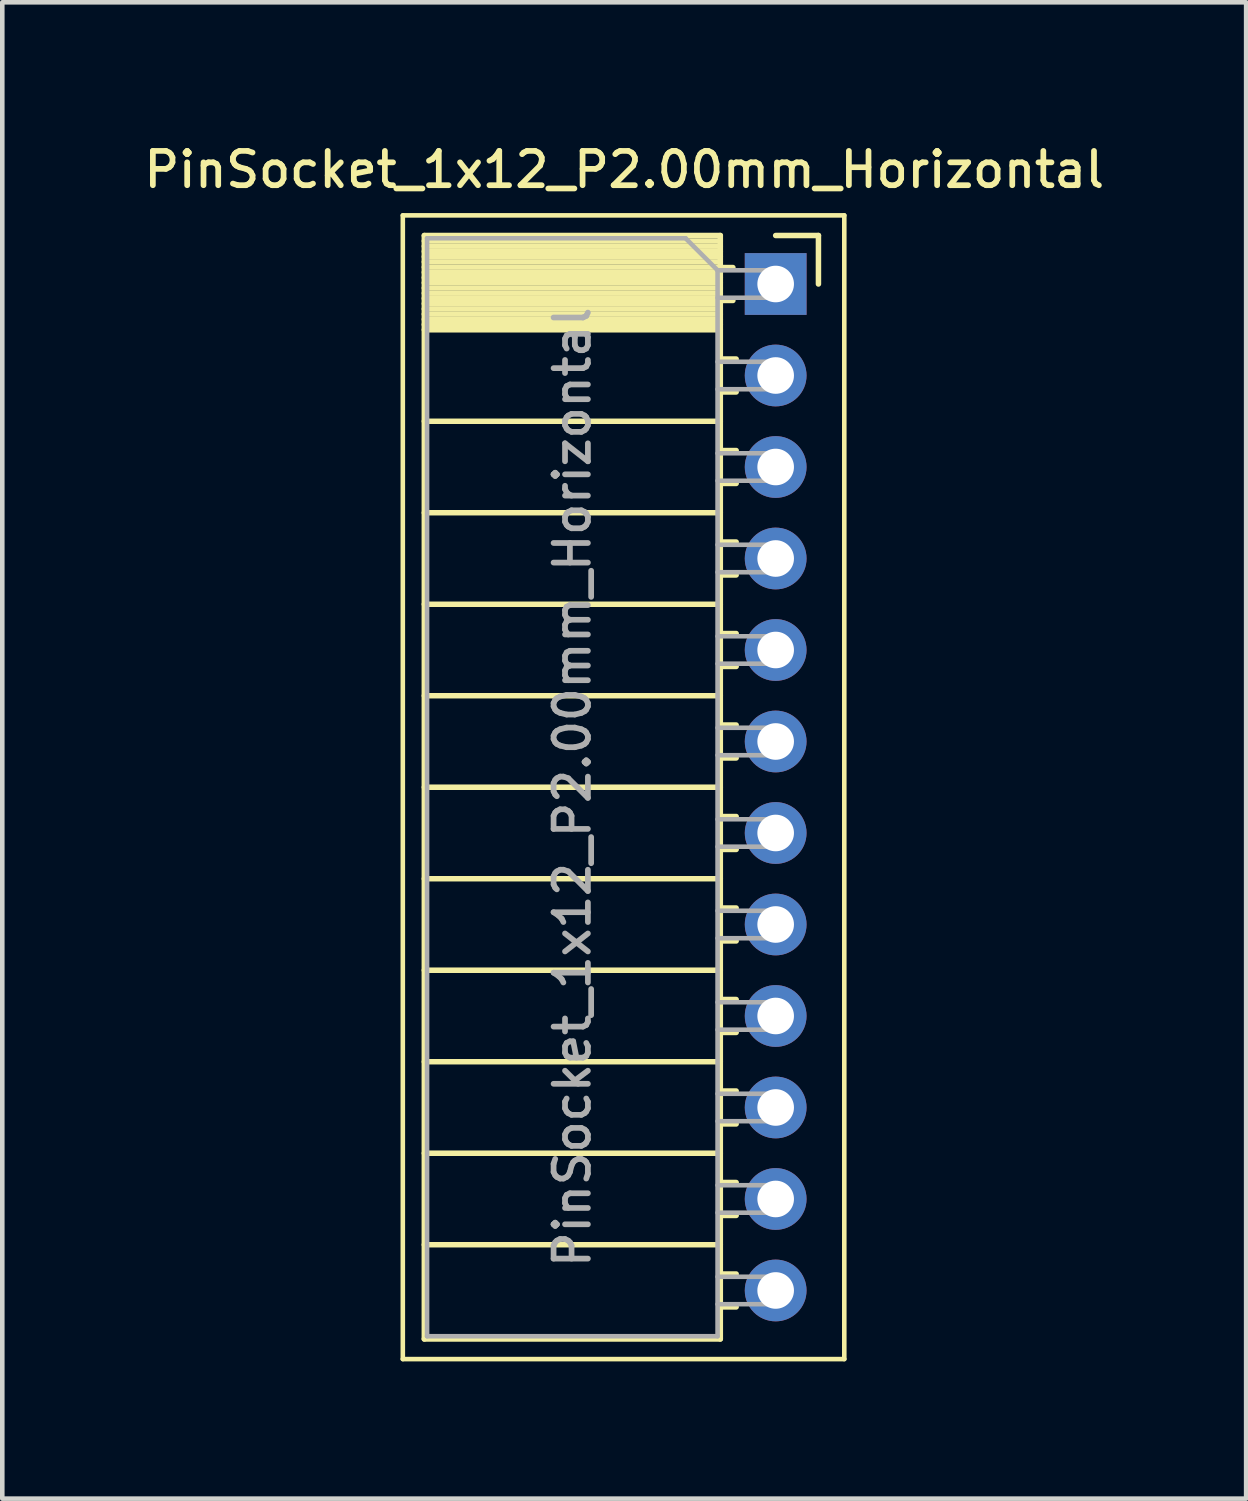
<source format=kicad_pcb>
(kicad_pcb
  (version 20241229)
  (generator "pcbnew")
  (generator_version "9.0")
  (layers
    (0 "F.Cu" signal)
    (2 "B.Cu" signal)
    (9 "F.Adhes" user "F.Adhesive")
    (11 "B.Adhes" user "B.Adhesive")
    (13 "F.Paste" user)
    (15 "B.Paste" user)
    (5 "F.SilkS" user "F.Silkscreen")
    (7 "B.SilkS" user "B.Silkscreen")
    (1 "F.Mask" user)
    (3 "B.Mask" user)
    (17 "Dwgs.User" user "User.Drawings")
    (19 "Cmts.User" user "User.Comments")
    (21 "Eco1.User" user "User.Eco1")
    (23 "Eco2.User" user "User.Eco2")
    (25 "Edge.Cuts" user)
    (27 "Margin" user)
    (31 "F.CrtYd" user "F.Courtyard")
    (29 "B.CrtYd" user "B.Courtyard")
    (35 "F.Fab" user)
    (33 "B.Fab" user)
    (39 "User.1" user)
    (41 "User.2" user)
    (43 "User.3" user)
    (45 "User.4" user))
  (footprint "PinSocket_1x12_P2.00mm_Horizontal"
    (layer "F.Cu")
    (at 13.905 3.158)
    (property "Reference" "PinSocket_1x12_P2.00mm_Horizontal" (at -3.31 -2.5 0) (layer "F.SilkS") (effects (font (size 0.75 0.75) (thickness 0.125))))
    (attr through_hole)
    (fp_line (start -8.15 -1.5) (end -8.15 23.5) (stroke (width 0.1) (type solid)) (layer "F.SilkS"))
    (fp_line (start -8.15 23.5) (end 1.5 23.5) (stroke (width 0.1) (type solid)) (layer "F.SilkS"))
    (fp_line (start -7.68 -1.06) (end -7.68 23.06) (stroke (width 0.12) (type solid)) (layer "F.SilkS"))
    (fp_line (start -7.68 -1.06) (end -1.21 -1.06) (stroke (width 0.12) (type solid)) (layer "F.SilkS"))
    (fp_line (start -7.68 -0.94) (end -1.21 -0.94) (stroke (width 0.12) (type solid)) (layer "F.SilkS"))
    (fp_line (start -7.68 -0.826) (end -1.21 -0.826) (stroke (width 0.12) (type solid)) (layer "F.SilkS"))
    (fp_line (start -7.68 -0.712) (end -1.21 -0.712) (stroke (width 0.12) (type solid)) (layer "F.SilkS"))
    (fp_line (start -7.68 -0.598) (end -1.21 -0.598) (stroke (width 0.12) (type solid)) (layer "F.SilkS"))
    (fp_line (start -7.68 -0.484) (end -1.21 -0.484) (stroke (width 0.12) (type solid)) (layer "F.SilkS"))
    (fp_line (start -7.68 -0.369) (end -1.21 -0.369) (stroke (width 0.12) (type solid)) (layer "F.SilkS"))
    (fp_line (start -7.68 -0.255) (end -1.21 -0.255) (stroke (width 0.12) (type solid)) (layer "F.SilkS"))
    (fp_line (start -7.68 -0.141) (end -1.21 -0.141) (stroke (width 0.12) (type solid)) (layer "F.SilkS"))
    (fp_line (start -7.68 -0.027) (end -1.21 -0.027) (stroke (width 0.12) (type solid)) (layer "F.SilkS"))
    (fp_line (start -7.68 0.087) (end -1.21 0.087) (stroke (width 0.12) (type solid)) (layer "F.SilkS"))
    (fp_line (start -7.68 0.201) (end -1.21 0.201) (stroke (width 0.12) (type solid)) (layer "F.SilkS"))
    (fp_line (start -7.68 0.315) (end -1.21 0.315) (stroke (width 0.12) (type solid)) (layer "F.SilkS"))
    (fp_line (start -7.68 0.429) (end -1.21 0.429) (stroke (width 0.12) (type solid)) (layer "F.SilkS"))
    (fp_line (start -7.68 0.544) (end -1.21 0.544) (stroke (width 0.12) (type solid)) (layer "F.SilkS"))
    (fp_line (start -7.68 0.658) (end -1.21 0.658) (stroke (width 0.12) (type solid)) (layer "F.SilkS"))
    (fp_line (start -7.68 0.772) (end -1.21 0.772) (stroke (width 0.12) (type solid)) (layer "F.SilkS"))
    (fp_line (start -7.68 0.886) (end -1.21 0.886) (stroke (width 0.12) (type solid)) (layer "F.SilkS"))
    (fp_line (start -7.68 1) (end -1.21 1) (stroke (width 0.12) (type solid)) (layer "F.SilkS"))
    (fp_line (start -7.68 3) (end -1.21 3) (stroke (width 0.12) (type solid)) (layer "F.SilkS"))
    (fp_line (start -7.68 5) (end -1.21 5) (stroke (width 0.12) (type solid)) (layer "F.SilkS"))
    (fp_line (start -7.68 7) (end -1.21 7) (stroke (width 0.12) (type solid)) (layer "F.SilkS"))
    (fp_line (start -7.68 9) (end -1.21 9) (stroke (width 0.12) (type solid)) (layer "F.SilkS"))
    (fp_line (start -7.68 11) (end -1.21 11) (stroke (width 0.12) (type solid)) (layer "F.SilkS"))
    (fp_line (start -7.68 13) (end -1.21 13) (stroke (width 0.12) (type solid)) (layer "F.SilkS"))
    (fp_line (start -7.68 15) (end -1.21 15) (stroke (width 0.12) (type solid)) (layer "F.SilkS"))
    (fp_line (start -7.68 17) (end -1.21 17) (stroke (width 0.12) (type solid)) (layer "F.SilkS"))
    (fp_line (start -7.68 19) (end -1.21 19) (stroke (width 0.12) (type solid)) (layer "F.SilkS"))
    (fp_line (start -7.68 21) (end -1.21 21) (stroke (width 0.12) (type solid)) (layer "F.SilkS"))
    (fp_line (start -7.68 23.06) (end -1.21 23.06) (stroke (width 0.12) (type solid)) (layer "F.SilkS"))
    (fp_line (start -1.21 -1.06) (end -1.21 23.06) (stroke (width 0.12) (type solid)) (layer "F.SilkS"))
    (fp_line (start -1.21 -0.36) (end -0.935 -0.36) (stroke (width 0.12) (type solid)) (layer "F.SilkS"))
    (fp_line (start -1.21 0.36) (end -0.935 0.36) (stroke (width 0.12) (type solid)) (layer "F.SilkS"))
    (fp_line (start -1.21 1.64) (end -0.863 1.64) (stroke (width 0.12) (type solid)) (layer "F.SilkS"))
    (fp_line (start -1.21 2.36) (end -0.863 2.36) (stroke (width 0.12) (type solid)) (layer "F.SilkS"))
    (fp_line (start -1.21 3.64) (end -0.863 3.64) (stroke (width 0.12) (type solid)) (layer "F.SilkS"))
    (fp_line (start -1.21 4.36) (end -0.863 4.36) (stroke (width 0.12) (type solid)) (layer "F.SilkS"))
    (fp_line (start -1.21 5.64) (end -0.863 5.64) (stroke (width 0.12) (type solid)) (layer "F.SilkS"))
    (fp_line (start -1.21 6.36) (end -0.863 6.36) (stroke (width 0.12) (type solid)) (layer "F.SilkS"))
    (fp_line (start -1.21 7.64) (end -0.863 7.64) (stroke (width 0.12) (type solid)) (layer "F.SilkS"))
    (fp_line (start -1.21 8.36) (end -0.863 8.36) (stroke (width 0.12) (type solid)) (layer "F.SilkS"))
    (fp_line (start -1.21 9.64) (end -0.863 9.64) (stroke (width 0.12) (type solid)) (layer "F.SilkS"))
    (fp_line (start -1.21 10.36) (end -0.863 10.36) (stroke (width 0.12) (type solid)) (layer "F.SilkS"))
    (fp_line (start -1.21 11.64) (end -0.863 11.64) (stroke (width 0.12) (type solid)) (layer "F.SilkS"))
    (fp_line (start -1.21 12.36) (end -0.863 12.36) (stroke (width 0.12) (type solid)) (layer "F.SilkS"))
    (fp_line (start -1.21 13.64) (end -0.863 13.64) (stroke (width 0.12) (type solid)) (layer "F.SilkS"))
    (fp_line (start -1.21 14.36) (end -0.863 14.36) (stroke (width 0.12) (type solid)) (layer "F.SilkS"))
    (fp_line (start -1.21 15.64) (end -0.863 15.64) (stroke (width 0.12) (type solid)) (layer "F.SilkS"))
    (fp_line (start -1.21 16.36) (end -0.863 16.36) (stroke (width 0.12) (type solid)) (layer "F.SilkS"))
    (fp_line (start -1.21 17.64) (end -0.863 17.64) (stroke (width 0.12) (type solid)) (layer "F.SilkS"))
    (fp_line (start -1.21 18.36) (end -0.863 18.36) (stroke (width 0.12) (type solid)) (layer "F.SilkS"))
    (fp_line (start -1.21 19.64) (end -0.863 19.64) (stroke (width 0.12) (type solid)) (layer "F.SilkS"))
    (fp_line (start -1.21 20.36) (end -0.863 20.36) (stroke (width 0.12) (type solid)) (layer "F.SilkS"))
    (fp_line (start -1.21 21.64) (end -0.863 21.64) (stroke (width 0.12) (type solid)) (layer "F.SilkS"))
    (fp_line (start -1.21 22.36) (end -0.863 22.36) (stroke (width 0.12) (type solid)) (layer "F.SilkS"))
    (fp_line (start 0 -1.06) (end 0.935 -1.06) (stroke (width 0.12) (type solid)) (layer "F.SilkS"))
    (fp_line (start 0.935 -1.06) (end 0.935 0) (stroke (width 0.12) (type solid)) (layer "F.SilkS"))
    (fp_line (start 1.5 -1.5) (end -8.15 -1.5) (stroke (width 0.1) (type solid)) (layer "F.SilkS"))
    (fp_line (start 1.5 23.5) (end 1.5 -1.5) (stroke (width 0.1) (type solid)) (layer "F.SilkS"))
    (fp_line (start -7.62 -1) (end -1.97 -1) (stroke (width 0.1) (type solid)) (layer "F.Fab"))
    (fp_line (start -7.62 23) (end -7.62 -1) (stroke (width 0.1) (type solid)) (layer "F.Fab"))
    (fp_line (start -1.97 -1) (end -1.27 -0.3) (stroke (width 0.1) (type solid)) (layer "F.Fab"))
    (fp_line (start -1.27 -0.3) (end -1.27 23) (stroke (width 0.1) (type solid)) (layer "F.Fab"))
    (fp_line (start -1.27 0.3) (end 0 0.3) (stroke (width 0.1) (type solid)) (layer "F.Fab"))
    (fp_line (start -1.27 2.3) (end 0 2.3) (stroke (width 0.1) (type solid)) (layer "F.Fab"))
    (fp_line (start -1.27 4.3) (end 0 4.3) (stroke (width 0.1) (type solid)) (layer "F.Fab"))
    (fp_line (start -1.27 6.3) (end 0 6.3) (stroke (width 0.1) (type solid)) (layer "F.Fab"))
    (fp_line (start -1.27 8.3) (end 0 8.3) (stroke (width 0.1) (type solid)) (layer "F.Fab"))
    (fp_line (start -1.27 10.3) (end 0 10.3) (stroke (width 0.1) (type solid)) (layer "F.Fab"))
    (fp_line (start -1.27 12.3) (end 0 12.3) (stroke (width 0.1) (type solid)) (layer "F.Fab"))
    (fp_line (start -1.27 14.3) (end 0 14.3) (stroke (width 0.1) (type solid)) (layer "F.Fab"))
    (fp_line (start -1.27 16.3) (end 0 16.3) (stroke (width 0.1) (type solid)) (layer "F.Fab"))
    (fp_line (start -1.27 18.3) (end 0 18.3) (stroke (width 0.1) (type solid)) (layer "F.Fab"))
    (fp_line (start -1.27 20.3) (end 0 20.3) (stroke (width 0.1) (type solid)) (layer "F.Fab"))
    (fp_line (start -1.27 22.3) (end 0 22.3) (stroke (width 0.1) (type solid)) (layer "F.Fab"))
    (fp_line (start -1.27 23) (end -7.62 23) (stroke (width 0.1) (type solid)) (layer "F.Fab"))
    (fp_line (start 0 -0.3) (end -1.27 -0.3) (stroke (width 0.1) (type solid)) (layer "F.Fab"))
    (fp_line (start 0 0.3) (end 0 -0.3) (stroke (width 0.1) (type solid)) (layer "F.Fab"))
    (fp_line (start 0 1.7) (end -1.27 1.7) (stroke (width 0.1) (type solid)) (layer "F.Fab"))
    (fp_line (start 0 2.3) (end 0 1.7) (stroke (width 0.1) (type solid)) (layer "F.Fab"))
    (fp_line (start 0 3.7) (end -1.27 3.7) (stroke (width 0.1) (type solid)) (layer "F.Fab"))
    (fp_line (start 0 4.3) (end 0 3.7) (stroke (width 0.1) (type solid)) (layer "F.Fab"))
    (fp_line (start 0 5.7) (end -1.27 5.7) (stroke (width 0.1) (type solid)) (layer "F.Fab"))
    (fp_line (start 0 6.3) (end 0 5.7) (stroke (width 0.1) (type solid)) (layer "F.Fab"))
    (fp_line (start 0 7.7) (end -1.27 7.7) (stroke (width 0.1) (type solid)) (layer "F.Fab"))
    (fp_line (start 0 8.3) (end 0 7.7) (stroke (width 0.1) (type solid)) (layer "F.Fab"))
    (fp_line (start 0 9.7) (end -1.27 9.7) (stroke (width 0.1) (type solid)) (layer "F.Fab"))
    (fp_line (start 0 10.3) (end 0 9.7) (stroke (width 0.1) (type solid)) (layer "F.Fab"))
    (fp_line (start 0 11.7) (end -1.27 11.7) (stroke (width 0.1) (type solid)) (layer "F.Fab"))
    (fp_line (start 0 12.3) (end 0 11.7) (stroke (width 0.1) (type solid)) (layer "F.Fab"))
    (fp_line (start 0 13.7) (end -1.27 13.7) (stroke (width 0.1) (type solid)) (layer "F.Fab"))
    (fp_line (start 0 14.3) (end 0 13.7) (stroke (width 0.1) (type solid)) (layer "F.Fab"))
    (fp_line (start 0 15.7) (end -1.27 15.7) (stroke (width 0.1) (type solid)) (layer "F.Fab"))
    (fp_line (start 0 16.3) (end 0 15.7) (stroke (width 0.1) (type solid)) (layer "F.Fab"))
    (fp_line (start 0 17.7) (end -1.27 17.7) (stroke (width 0.1) (type solid)) (layer "F.Fab"))
    (fp_line (start 0 18.3) (end 0 17.7) (stroke (width 0.1) (type solid)) (layer "F.Fab"))
    (fp_line (start 0 19.7) (end -1.27 19.7) (stroke (width 0.1) (type solid)) (layer "F.Fab"))
    (fp_line (start 0 20.3) (end 0 19.7) (stroke (width 0.1) (type solid)) (layer "F.Fab"))
    (fp_line (start 0 21.7) (end -1.27 21.7) (stroke (width 0.1) (type solid)) (layer "F.Fab"))
    (fp_line (start 0 22.3) (end 0 21.7) (stroke (width 0.1) (type solid)) (layer "F.Fab"))
    (fp_text user "${REFERENCE}" (at -4.445 11 90) (layer "F.Fab") (effects (font (size 0.75 0.75) (thickness 0.125))))
    (pad "1" thru_hole rect (at 0 0) (size 1.35 1.35) (drill 0.8) (layers "*.Cu" "*.Mask"))
    (pad "2" thru_hole oval (at 0 2) (size 1.35 1.35) (drill 0.8) (layers "*.Cu" "*.Mask"))
    (pad "3" thru_hole oval (at 0 4) (size 1.35 1.35) (drill 0.8) (layers "*.Cu" "*.Mask"))
    (pad "4" thru_hole oval (at 0 6) (size 1.35 1.35) (drill 0.8) (layers "*.Cu" "*.Mask"))
    (pad "5" thru_hole oval (at 0 8) (size 1.35 1.35) (drill 0.8) (layers "*.Cu" "*.Mask"))
    (pad "6" thru_hole oval (at 0 10) (size 1.35 1.35) (drill 0.8) (layers "*.Cu" "*.Mask"))
    (pad "7" thru_hole oval (at 0 12) (size 1.35 1.35) (drill 0.8) (layers "*.Cu" "*.Mask"))
    (pad "8" thru_hole oval (at 0 14) (size 1.35 1.35) (drill 0.8) (layers "*.Cu" "*.Mask"))
    (pad "9" thru_hole oval (at 0 16) (size 1.35 1.35) (drill 0.8) (layers "*.Cu" "*.Mask"))
    (pad "10" thru_hole oval (at 0 18) (size 1.35 1.35) (drill 0.8) (layers "*.Cu" "*.Mask"))
    (pad "11" thru_hole oval (at 0 20) (size 1.35 1.35) (drill 0.8) (layers "*.Cu" "*.Mask"))
    (pad "12" thru_hole oval (at 0 22) (size 1.35 1.35) (drill 0.8) (layers "*.Cu" "*.Mask")))
  (gr_rect
    (start -3 -3)
    (end 24.189 29.708)
    (stroke (width 0.1) (type default))
    (fill no)
    (layer "Edge.Cuts")))
</source>
